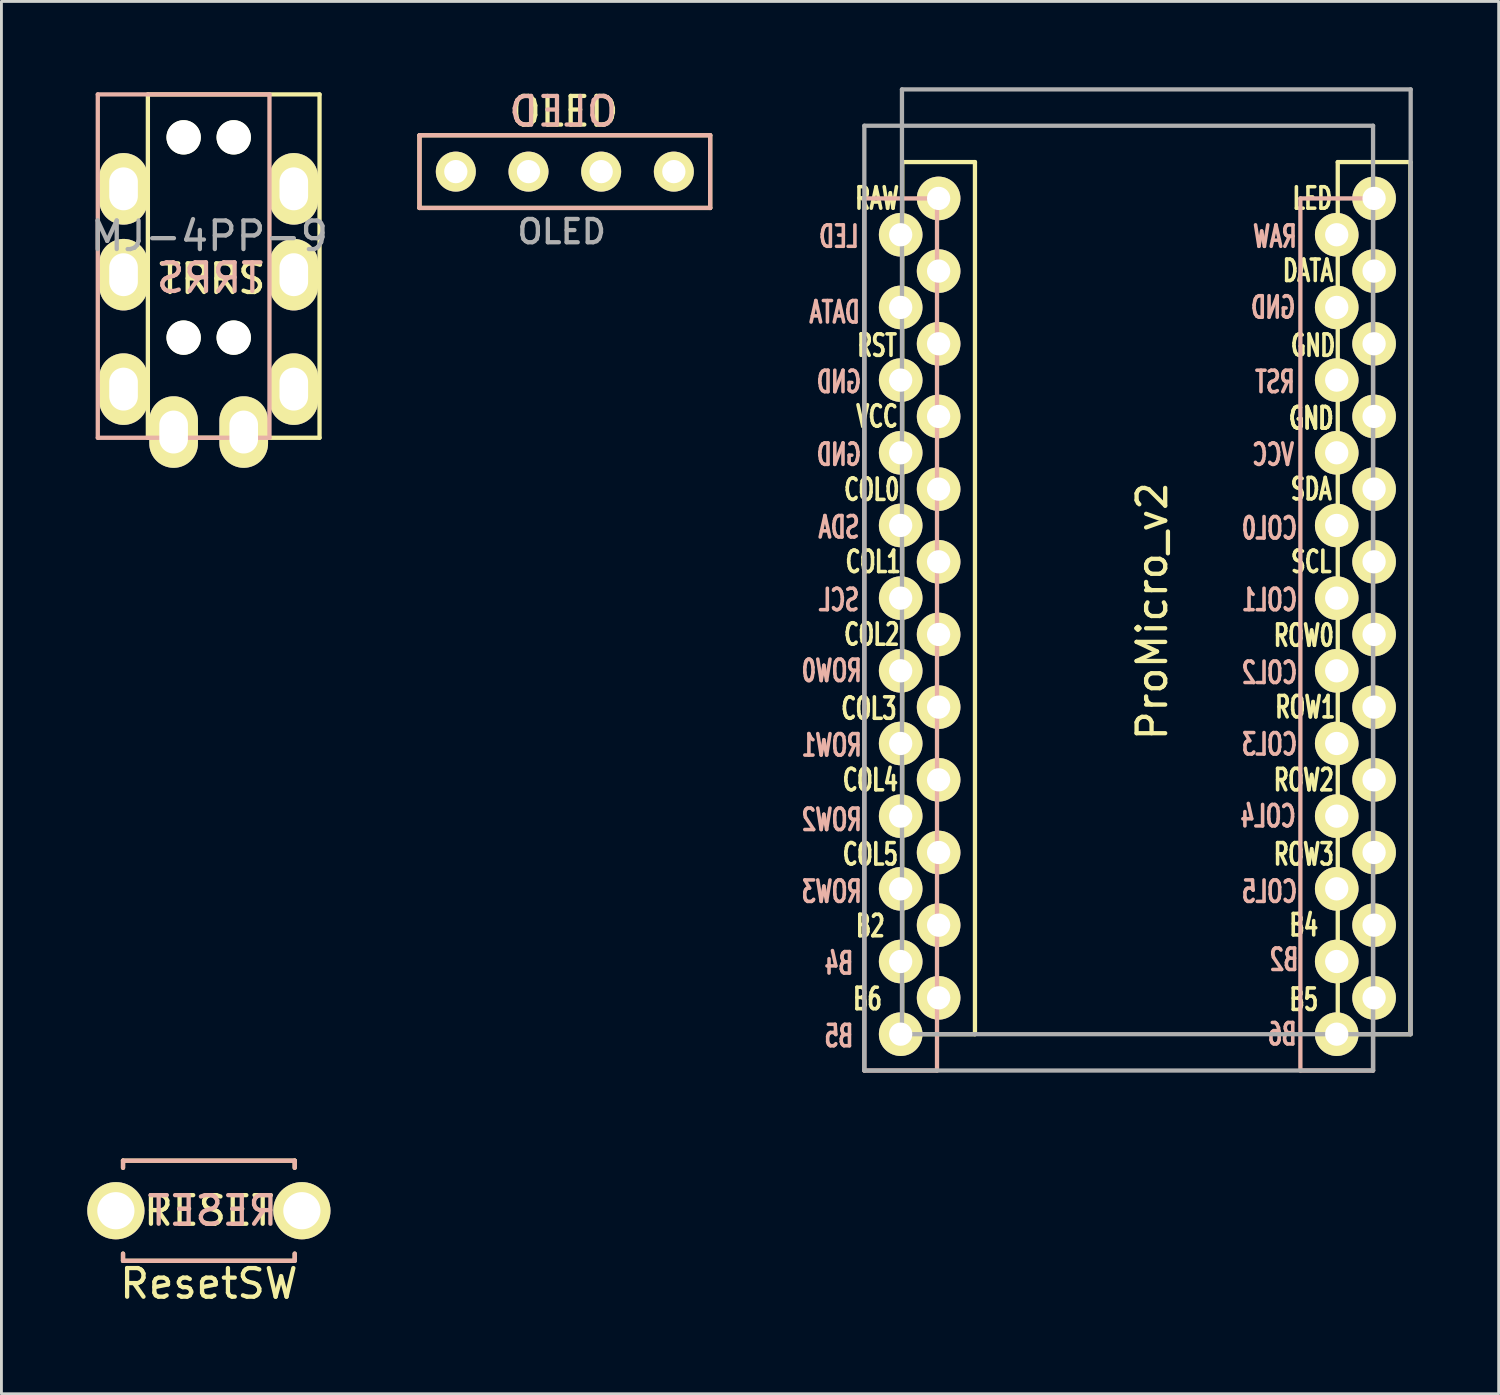
<source format=kicad_pcb>
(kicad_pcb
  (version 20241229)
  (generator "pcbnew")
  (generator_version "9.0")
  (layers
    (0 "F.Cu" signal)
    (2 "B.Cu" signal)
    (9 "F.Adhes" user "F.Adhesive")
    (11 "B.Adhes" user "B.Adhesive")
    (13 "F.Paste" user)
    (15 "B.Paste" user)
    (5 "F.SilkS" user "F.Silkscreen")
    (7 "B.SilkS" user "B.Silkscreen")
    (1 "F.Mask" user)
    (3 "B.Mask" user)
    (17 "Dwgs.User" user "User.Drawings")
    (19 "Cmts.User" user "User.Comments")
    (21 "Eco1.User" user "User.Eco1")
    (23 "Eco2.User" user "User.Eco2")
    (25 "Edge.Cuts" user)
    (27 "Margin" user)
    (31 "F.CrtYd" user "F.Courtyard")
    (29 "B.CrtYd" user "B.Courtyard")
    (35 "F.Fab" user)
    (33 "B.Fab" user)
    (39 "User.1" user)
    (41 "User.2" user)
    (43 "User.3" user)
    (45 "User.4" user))
  (footprint "ProMicro_v2"
    (layer "F.Cu")
    (at 37.319 18.363)
    (property "Reference" "ProMicro_v2" (at -0.1 -0.05 270) (layer "F.SilkS") (effects (font (size 1 1) (thickness 0.15))))
    (attr through_hole)
    (fp_line (start -8.834 -15.748) (end -6.294 -15.748) (stroke (width 0.15) (type solid)) (layer "F.SilkS"))
    (fp_line (start -8.834 14.732) (end -8.834 -15.748) (stroke (width 0.15) (type solid)) (layer "F.SilkS"))
    (fp_line (start -6.294 -15.748) (end -6.294 14.732) (stroke (width 0.15) (type solid)) (layer "F.SilkS"))
    (fp_line (start -6.294 14.732) (end -8.834 14.732) (stroke (width 0.15) (type solid)) (layer "F.SilkS"))
    (fp_line (start 6.386 -15.748) (end 8.926 -15.748) (stroke (width 0.15) (type solid)) (layer "F.SilkS"))
    (fp_line (start 6.386 14.732) (end 6.386 -15.748) (stroke (width 0.15) (type solid)) (layer "F.SilkS"))
    (fp_line (start 8.926 -15.748) (end 8.926 14.732) (stroke (width 0.15) (type solid)) (layer "F.SilkS"))
    (fp_line (start 8.926 14.732) (end 6.386 14.732) (stroke (width 0.15) (type solid)) (layer "F.SilkS"))
    (fp_line (start -10.16 -14.478) (end -7.62 -14.478) (stroke (width 0.15) (type solid)) (layer "B.SilkS"))
    (fp_line (start -10.16 16.002) (end -10.16 -14.478) (stroke (width 0.15) (type solid)) (layer "B.SilkS"))
    (fp_line (start -7.62 -14.478) (end -7.62 16.002) (stroke (width 0.15) (type solid)) (layer "B.SilkS"))
    (fp_line (start -7.62 16.002) (end -10.16 16.002) (stroke (width 0.15) (type solid)) (layer "B.SilkS"))
    (fp_line (start 5.08 -14.478) (end 7.62 -14.478) (stroke (width 0.15) (type solid)) (layer "B.SilkS"))
    (fp_line (start 5.08 16.002) (end 5.08 -14.478) (stroke (width 0.15) (type solid)) (layer "B.SilkS"))
    (fp_line (start 7.62 -14.478) (end 7.62 16.002) (stroke (width 0.15) (type solid)) (layer "B.SilkS"))
    (fp_line (start 7.62 16.002) (end 5.08 16.002) (stroke (width 0.15) (type solid)) (layer "B.SilkS"))
    (fp_line (start -10.16 -17.018) (end 7.62 -17.018) (stroke (width 0.15) (type solid)) (layer "F.Fab"))
    (fp_line (start -10.16 16.002) (end -10.16 -17.018) (stroke (width 0.15) (type solid)) (layer "F.Fab"))
    (fp_line (start -8.845 -18.288) (end 8.935 -18.288) (stroke (width 0.15) (type solid)) (layer "F.Fab"))
    (fp_line (start -8.845 14.732) (end -8.845 -18.288) (stroke (width 0.15) (type solid)) (layer "F.Fab"))
    (fp_line (start 7.62 -17.018) (end 7.62 16.002) (stroke (width 0.15) (type solid)) (layer "F.Fab"))
    (fp_line (start 7.62 16.002) (end -10.16 16.002) (stroke (width 0.15) (type solid)) (layer "F.Fab"))
    (fp_line (start 8.935 -18.288) (end 8.935 14.732) (stroke (width 0.15) (type solid)) (layer "F.Fab"))
    (fp_line (start 8.935 14.732) (end -8.845 14.732) (stroke (width 0.15) (type solid)) (layer "F.Fab"))
    (fp_text user "B2" (at -9.95 10.95 0) (layer "F.SilkS") (effects (font (size 0.75 0.5) (thickness 0.125))))
    (fp_text user "ROW3" (at 5.2 8.445 0) (layer "F.SilkS") (effects (font (size 0.75 0.5) (thickness 0.125))))
    (fp_text user "GND" (at 5.461 -6.795 0) (layer "F.SilkS") (effects (font (size 0.75 0.5) (thickness 0.125))))
    (fp_text user "RAW" (at -9.716 -14.478 0) (layer "F.SilkS") (effects (font (size 0.75 0.5) (thickness 0.125))))
    (fp_text user "ROW0" (at 5.2 0.8 0) (layer "F.SilkS") (effects (font (size 0.75 0.5) (thickness 0.125))))
    (fp_text user "COL2" (at -9.9 0.762 0) (layer "F.SilkS") (effects (font (size 0.75 0.5) (thickness 0.125))))
    (fp_text user "SDA" (at 5.461 -4.318 0) (layer "F.SilkS") (effects (font (size 0.75 0.5) (thickness 0.125))))
    (fp_text user "RST" (at -9.716 -9.335 0) (layer "F.SilkS") (effects (font (size 0.75 0.5) (thickness 0.125))))
    (fp_text user "B4" (at 5.2 10.922 0) (layer "F.SilkS") (effects (font (size 0.75 0.5) (thickness 0.125))))
    (fp_text user "COL4" (at -9.95 5.85 0) (layer "F.SilkS") (effects (font (size 0.75 0.5) (thickness 0.125))))
    (fp_text user "COL3" (at -10 3.35 0) (layer "F.SilkS") (effects (font (size 0.75 0.5) (thickness 0.125))))
    (fp_text user "ROW2" (at 5.2 5.85 0) (layer "F.SilkS") (effects (font (size 0.75 0.5) (thickness 0.125))))
    (fp_text user "SCL" (at 5.461 -1.778 0) (layer "F.SilkS") (effects (font (size 0.75 0.5) (thickness 0.125))))
    (fp_text user "DATA" (at 5.35 -11.95 0) (layer "F.SilkS") (effects (font (size 0.75 0.5) (thickness 0.125))))
    (fp_text user "COL1" (at -9.85 -1.778 0) (layer "F.SilkS") (effects (font (size 0.75 0.5) (thickness 0.125))))
    (fp_text user "COL0" (at -9.9 -4.3 0) (layer "F.SilkS") (effects (font (size 0.75 0.5) (thickness 0.125))))
    (fp_text user "B6" (at -10.05 13.5 0) (layer "F.SilkS") (effects (font (size 0.75 0.5) (thickness 0.125))))
    (fp_text user "ROW1" (at 5.25 3.302 0) (layer "F.SilkS") (effects (font (size 0.75 0.5) (thickness 0.125))))
    (fp_text user "GND" (at 5.461 -6.795 0) (layer "F.SilkS") (effects (font (size 0.75 0.5) (thickness 0.125))))
    (fp_text user "COL5" (at -9.95 8.445 0) (layer "F.SilkS") (effects (font (size 0.75 0.5) (thickness 0.125))))
    (fp_text user "LED" (at 5.5 -14.478 0) (layer "F.SilkS") (effects (font (size 0.75 0.5) (thickness 0.125))))
    (fp_text user "B5" (at 5.2 13.525 0) (layer "F.SilkS") (effects (font (size 0.75 0.5) (thickness 0.125))))
    (fp_text user "VCC" (at -9.716 -6.858 0) (layer "F.SilkS") (effects (font (size 0.75 0.5) (thickness 0.125))))
    (fp_text user "GND" (at 5.524 -9.335 0) (layer "F.SilkS") (effects (font (size 0.75 0.5) (thickness 0.125))))
    (fp_text user "COL3" (at 4 4.6 0) (layer "B.SilkS") (effects (font (size 0.75 0.5) (thickness 0.125)) (justify mirror)))
    (fp_text user "RAW" (at 4.191 -13.145 0) (layer "B.SilkS") (effects (font (size 0.75 0.5) (thickness 0.125)) (justify mirror)))
    (fp_text user "ROW0" (at -11.3 2.032 0) (layer "B.SilkS") (effects (font (size 0.75 0.5) (thickness 0.125)) (justify mirror)))
    (fp_text user "COL1" (at 4 -0.445 0) (layer "B.SilkS") (effects (font (size 0.75 0.5) (thickness 0.125)) (justify mirror)))
    (fp_text user "LED" (at -11.049 -13.145 0) (layer "B.SilkS") (effects (font (size 0.75 0.5) (thickness 0.125)) (justify mirror)))
    (fp_text user "DATA" (at -11.2 -10.5 0) (layer "B.SilkS") (effects (font (size 0.75 0.5) (thickness 0.125)) (justify mirror)))
    (fp_text user "GND" (at -11.049 -5.524 0) (layer "B.SilkS") (effects (font (size 0.75 0.5) (thickness 0.125)) (justify mirror)))
    (fp_text user "COL0" (at 4 -2.95 0) (layer "B.SilkS") (effects (font (size 0.75 0.5) (thickness 0.125)) (justify mirror)))
    (fp_text user "" (at -1.206 -16.256 0) (layer "B.SilkS") (effects (font (size 1 1) (thickness 0.15)) (justify mirror)))
    (fp_text user "B4" (at -11.049 12.255 0) (layer "B.SilkS") (effects (font (size 0.75 0.5) (thickness 0.125)) (justify mirror)))
    (fp_text user "GND" (at 4.128 -10.668 0) (layer "B.SilkS") (effects (font (size 0.75 0.5) (thickness 0.125)) (justify mirror)))
    (fp_text user "ROW1" (at -11.3 4.636 0) (layer "B.SilkS") (effects (font (size 0.75 0.5) (thickness 0.125)) (justify mirror)))
    (fp_text user "SDA" (at -11.049 -2.985 0) (layer "B.SilkS") (effects (font (size 0.75 0.5) (thickness 0.125)) (justify mirror)))
    (fp_text user "COL4" (at 3.95 7.112 0) (layer "B.SilkS") (effects (font (size 0.75 0.5) (thickness 0.125)) (justify mirror)))
    (fp_text user "B5" (at -11.049 14.796 0) (layer "B.SilkS") (effects (font (size 0.75 0.5) (thickness 0.125)) (justify mirror)))
    (fp_text user "B6" (at 4.445 14.732 0) (layer "B.SilkS") (effects (font (size 0.75 0.5) (thickness 0.125)) (justify mirror)))
    (fp_text user "ROW3" (at -11.3 9.75 0) (layer "B.SilkS") (effects (font (size 0.75 0.5) (thickness 0.125)) (justify mirror)))
    (fp_text user "" (at -1.206 -16.256 0) (layer "B.SilkS") (effects (font (size 1 1) (thickness 0.15)) (justify mirror)))
    (fp_text user "RST" (at 4.191 -8.065 0) (layer "B.SilkS") (effects (font (size 0.75 0.5) (thickness 0.125)) (justify mirror)))
    (fp_text user "COL2" (at 4 2.1 0) (layer "B.SilkS") (effects (font (size 0.75 0.5) (thickness 0.125)) (justify mirror)))
    (fp_text user "GND" (at -11.049 -8.065 0) (layer "B.SilkS") (effects (font (size 0.75 0.5) (thickness 0.125)) (justify mirror)))
    (fp_text user "SCL" (at -11.049 -0.445 0) (layer "B.SilkS") (effects (font (size 0.75 0.5) (thickness 0.125)) (justify mirror)))
    (fp_text user "ROW2" (at -11.3 7.239 0) (layer "B.SilkS") (effects (font (size 0.75 0.5) (thickness 0.125)) (justify mirror)))
    (fp_text user "B2" (at 4.508 12.129 0) (layer "B.SilkS") (effects (font (size 0.75 0.5) (thickness 0.125)) (justify mirror)))
    (fp_text user "COL5" (at 4 9.75 0) (layer "B.SilkS") (effects (font (size 0.75 0.5) (thickness 0.125)) (justify mirror)))
    (fp_text user "VCC" (at 4.128 -5.524 0) (layer "B.SilkS") (effects (font (size 0.75 0.5) (thickness 0.125)) (justify mirror)))
    (pad "1" thru_hole circle (at -8.89 -13.208) (size 1.524 1.524) (drill 0.813) (layers "*.Cu" "*.Mask" "F.SilkS"))
    (pad "1" thru_hole circle (at 7.656 -14.478) (size 1.524 1.524) (drill 0.813) (layers "*.Cu" "*.Mask" "F.SilkS"))
    (pad "2" thru_hole circle (at -8.89 -10.668) (size 1.524 1.524) (drill 0.813) (layers "*.Cu" "*.Mask" "F.SilkS"))
    (pad "2" thru_hole circle (at 7.656 -11.938) (size 1.524 1.524) (drill 0.813) (layers "*.Cu" "*.Mask" "F.SilkS"))
    (pad "3" thru_hole circle (at -8.89 -8.128) (size 1.524 1.524) (drill 0.813) (layers "*.Cu" "*.Mask" "F.SilkS"))
    (pad "3" thru_hole circle (at 7.656 -9.398) (size 1.524 1.524) (drill 0.813) (layers "*.Cu" "*.Mask" "F.SilkS"))
    (pad "4" thru_hole circle (at -8.89 -5.588) (size 1.524 1.524) (drill 0.813) (layers "*.Cu" "*.Mask" "F.SilkS"))
    (pad "4" thru_hole circle (at 7.656 -6.858) (size 1.524 1.524) (drill 0.813) (layers "*.Cu" "*.Mask" "F.SilkS"))
    (pad "5" thru_hole circle (at -8.89 -3.048) (size 1.524 1.524) (drill 0.813) (layers "*.Cu" "*.Mask" "F.SilkS"))
    (pad "5" thru_hole circle (at 7.656 -4.318) (size 1.524 1.524) (drill 0.813) (layers "*.Cu" "*.Mask" "F.SilkS"))
    (pad "6" thru_hole circle (at -8.89 -0.508) (size 1.524 1.524) (drill 0.813) (layers "*.Cu" "*.Mask" "F.SilkS"))
    (pad "6" thru_hole circle (at 7.656 -1.778) (size 1.524 1.524) (drill 0.813) (layers "*.Cu" "*.Mask" "F.SilkS"))
    (pad "7" thru_hole circle (at -8.89 2.032) (size 1.524 1.524) (drill 0.813) (layers "*.Cu" "*.Mask" "F.SilkS"))
    (pad "7" thru_hole circle (at 7.656 0.762) (size 1.524 1.524) (drill 0.813) (layers "*.Cu" "*.Mask" "F.SilkS"))
    (pad "8" thru_hole circle (at -8.89 4.572) (size 1.524 1.524) (drill 0.813) (layers "*.Cu" "*.Mask" "F.SilkS"))
    (pad "8" thru_hole circle (at 7.656 3.302) (size 1.524 1.524) (drill 0.813) (layers "*.Cu" "*.Mask" "F.SilkS"))
    (pad "9" thru_hole circle (at -8.89 7.112) (size 1.524 1.524) (drill 0.813) (layers "*.Cu" "*.Mask" "F.SilkS"))
    (pad "9" thru_hole circle (at 7.656 5.842) (size 1.524 1.524) (drill 0.813) (layers "*.Cu" "*.Mask" "F.SilkS"))
    (pad "10" thru_hole circle (at -8.89 9.652) (size 1.524 1.524) (drill 0.813) (layers "*.Cu" "*.Mask" "F.SilkS"))
    (pad "10" thru_hole circle (at 7.656 8.382) (size 1.524 1.524) (drill 0.813) (layers "*.Cu" "*.Mask" "F.SilkS"))
    (pad "11" thru_hole circle (at -8.89 12.192) (size 1.524 1.524) (drill 0.813) (layers "*.Cu" "*.Mask" "F.SilkS"))
    (pad "11" thru_hole circle (at 7.656 10.922) (size 1.524 1.524) (drill 0.813) (layers "*.Cu" "*.Mask" "F.SilkS"))
    (pad "12" thru_hole circle (at -8.89 14.732) (size 1.524 1.524) (drill 0.813) (layers "*.Cu" "*.Mask" "F.SilkS"))
    (pad "12" thru_hole circle (at 7.656 13.462) (size 1.524 1.524) (drill 0.813) (layers "*.Cu" "*.Mask" "F.SilkS"))
    (pad "13" thru_hole circle (at -7.564 13.462) (size 1.524 1.524) (drill 0.813) (layers "*.Cu" "*.Mask" "F.SilkS"))
    (pad "13" thru_hole circle (at 6.35 14.732) (size 1.524 1.524) (drill 0.813) (layers "*.Cu" "*.Mask" "F.SilkS"))
    (pad "14" thru_hole circle (at -7.564 10.922) (size 1.524 1.524) (drill 0.813) (layers "*.Cu" "*.Mask" "F.SilkS"))
    (pad "14" thru_hole circle (at 6.35 12.192) (size 1.524 1.524) (drill 0.813) (layers "*.Cu" "*.Mask" "F.SilkS"))
    (pad "15" thru_hole circle (at -7.564 8.382) (size 1.524 1.524) (drill 0.813) (layers "*.Cu" "*.Mask" "F.SilkS"))
    (pad "15" thru_hole circle (at 6.35 9.652) (size 1.524 1.524) (drill 0.813) (layers "*.Cu" "*.Mask" "F.SilkS"))
    (pad "16" thru_hole circle (at -7.564 5.842) (size 1.524 1.524) (drill 0.813) (layers "*.Cu" "*.Mask" "F.SilkS"))
    (pad "16" thru_hole circle (at 6.35 7.112) (size 1.524 1.524) (drill 0.813) (layers "*.Cu" "*.Mask" "F.SilkS"))
    (pad "17" thru_hole circle (at -7.564 3.302) (size 1.524 1.524) (drill 0.813) (layers "*.Cu" "*.Mask" "F.SilkS"))
    (pad "17" thru_hole circle (at 6.35 4.572) (size 1.524 1.524) (drill 0.813) (layers "*.Cu" "*.Mask" "F.SilkS"))
    (pad "18" thru_hole circle (at -7.564 0.762) (size 1.524 1.524) (drill 0.813) (layers "*.Cu" "*.Mask" "F.SilkS"))
    (pad "18" thru_hole circle (at 6.35 2.032) (size 1.524 1.524) (drill 0.813) (layers "*.Cu" "*.Mask" "F.SilkS"))
    (pad "19" thru_hole circle (at -7.564 -1.778) (size 1.524 1.524) (drill 0.813) (layers "*.Cu" "*.Mask" "F.SilkS"))
    (pad "19" thru_hole circle (at 6.35 -0.508) (size 1.524 1.524) (drill 0.813) (layers "*.Cu" "*.Mask" "F.SilkS"))
    (pad "20" thru_hole circle (at -7.564 -4.318) (size 1.524 1.524) (drill 0.813) (layers "*.Cu" "*.Mask" "F.SilkS"))
    (pad "20" thru_hole circle (at 6.35 -3.048) (size 1.524 1.524) (drill 0.813) (layers "*.Cu" "*.Mask" "F.SilkS"))
    (pad "21" thru_hole circle (at -7.564 -6.858) (size 1.524 1.524) (drill 0.813) (layers "*.Cu" "*.Mask" "F.SilkS"))
    (pad "21" thru_hole circle (at 6.35 -5.588) (size 1.524 1.524) (drill 0.813) (layers "*.Cu" "*.Mask" "F.SilkS"))
    (pad "22" thru_hole circle (at -7.564 -9.398) (size 1.524 1.524) (drill 0.813) (layers "*.Cu" "*.Mask" "F.SilkS"))
    (pad "22" thru_hole circle (at 6.35 -8.128) (size 1.524 1.524) (drill 0.813) (layers "*.Cu" "*.Mask" "F.SilkS"))
    (pad "23" thru_hole circle (at -7.564 -11.938) (size 1.524 1.524) (drill 0.813) (layers "*.Cu" "*.Mask" "F.SilkS"))
    (pad "23" thru_hole circle (at 6.35 -10.668) (size 1.524 1.524) (drill 0.813) (layers "*.Cu" "*.Mask" "F.SilkS"))
    (pad "24" thru_hole circle (at -7.564 -14.478) (size 1.524 1.524) (drill 0.813) (layers "*.Cu" "*.Mask" "F.SilkS"))
    (pad "24" thru_hole circle (at 6.35 -13.208) (size 1.524 1.524) (drill 0.813) (layers "*.Cu" "*.Mask" "F.SilkS")))
  (footprint "OLED"
    (layer "F.Cu")
    (at 12.881 2.948)
    (property "Reference" "OLED" (at 3.7 2.1 180) (layer "F.Fab") (effects (font (size 0.813 0.813) (thickness 0.15))))
    (attr through_hole)
    (fp_line (start -1.27 -1.27) (end 8.89 -1.27) (stroke (width 0.15) (type solid)) (layer "F.SilkS"))
    (fp_line (start -1.27 1.27) (end -1.27 -1.27) (stroke (width 0.15) (type solid)) (layer "F.SilkS"))
    (fp_line (start -1.27 1.27) (end 8.89 1.27) (stroke (width 0.15) (type solid)) (layer "F.SilkS"))
    (fp_line (start 8.89 -1.27) (end 8.89 1.27) (stroke (width 0.15) (type solid)) (layer "F.SilkS"))
    (fp_line (start -1.27 -1.27) (end 8.89 -1.27) (stroke (width 0.15) (type solid)) (layer "B.SilkS"))
    (fp_line (start -1.27 1.27) (end -1.27 -1.27) (stroke (width 0.15) (type solid)) (layer "B.SilkS"))
    (fp_line (start 8.89 -1.27) (end 8.89 1.27) (stroke (width 0.15) (type solid)) (layer "B.SilkS"))
    (fp_line (start 8.89 1.27) (end -1.27 1.27) (stroke (width 0.15) (type solid)) (layer "B.SilkS"))
    (fp_text user "OLED" (at 3.8 -2.1 0) (layer "F.SilkS") (effects (font (size 1 1) (thickness 0.15))))
    (fp_text user "OLED" (at 3.75 -2.1 0) (layer "B.SilkS") (effects (font (size 1 1) (thickness 0.15)) (justify mirror)))
    (pad "1" thru_hole circle (at 0 0) (size 1.397 1.397) (drill 0.813) (layers "*.Cu" "*.Mask" "F.SilkS"))
    (pad "2" thru_hole circle (at 2.54 0) (size 1.397 1.397) (drill 0.813) (layers "*.Cu" "*.Mask" "F.SilkS"))
    (pad "3" thru_hole circle (at 5.08 0) (size 1.397 1.397) (drill 0.813) (layers "*.Cu" "*.Mask" "F.SilkS"))
    (pad "4" thru_hole circle (at 7.62 0) (size 1.397 1.397) (drill 0.813) (layers "*.Cu" "*.Mask" "F.SilkS")))
  (footprint "MJ-4PP-9"
    (layer "F.Cu")
    (at 5.118 0.25)
    (property "Reference" "MJ-4PP-9" (at -0.85 4.95 180) (layer "F.Fab") (effects (font (size 1 1) (thickness 0.15))))
    (attr through_hole)
    (fp_line (start -3 0) (end 3 0) (stroke (width 0.15) (type solid)) (layer "F.SilkS"))
    (fp_line (start -3 12) (end -3 0) (stroke (width 0.15) (type solid)) (layer "F.SilkS"))
    (fp_line (start 3 0) (end 3 12) (stroke (width 0.15) (type solid)) (layer "F.SilkS"))
    (fp_line (start 3 12) (end -3 12) (stroke (width 0.15) (type solid)) (layer "F.SilkS"))
    (fp_line (start -4.75 0) (end 1.25 0) (stroke (width 0.15) (type solid)) (layer "B.SilkS"))
    (fp_line (start -4.75 12) (end -4.75 0) (stroke (width 0.15) (type solid)) (layer "B.SilkS"))
    (fp_line (start 1.25 0) (end 1.25 12) (stroke (width 0.15) (type solid)) (layer "B.SilkS"))
    (fp_line (start 1.25 12) (end -4.75 12) (stroke (width 0.15) (type solid)) (layer "B.SilkS"))
    (fp_text user "TRRS" (at -0.75 6.45 180) (layer "F.SilkS") (effects (font (size 1 1) (thickness 0.15))))
    (fp_text user "TRRS" (at -0.826 6.413 180) (layer "B.SilkS") (effects (font (size 1 1) (thickness 0.15)) (justify mirror)))
    (pad "" np_thru_hole circle (at -1.75 1.5) (size 1.2 1.2) (drill 1.2) (layers "*.Cu" "*.Mask" "F.SilkS"))
    (pad "" np_thru_hole circle (at -1.75 8.5) (size 1.2 1.2) (drill 1.2) (layers "*.Cu" "*.Mask" "F.SilkS"))
    (pad "" np_thru_hole circle (at 0 1.5) (size 1.2 1.2) (drill 1.2) (layers "*.Cu" "*.Mask" "F.SilkS"))
    (pad "" np_thru_hole circle (at 0 8.5) (size 1.2 1.2) (drill 1.2) (layers "*.Cu" "*.Mask" "F.SilkS"))
    (pad "A" thru_hole oval (at -2.1 11.8) (size 1.7 2.5) (drill oval 1 1.5) (layers "*.Cu" "*.Mask" "F.SilkS"))
    (pad "A" thru_hole oval (at 0.35 11.8) (size 1.7 2.5) (drill oval 1 1.5) (layers "*.Cu" "*.Mask" "F.SilkS"))
    (pad "B" thru_hole oval (at -3.85 3.3) (size 1.7 2.5) (drill oval 1 1.5) (layers "*.Cu" "*.Mask" "F.SilkS"))
    (pad "B" thru_hole oval (at 2.1 3.3) (size 1.7 2.5) (drill oval 1 1.5) (layers "*.Cu" "*.Mask" "F.SilkS"))
    (pad "C" thru_hole oval (at -3.85 6.3) (size 1.7 2.5) (drill oval 1 1.5) (layers "*.Cu" "*.Mask" "F.SilkS"))
    (pad "C" thru_hole oval (at 2.1 6.3) (size 1.7 2.5) (drill oval 1 1.5) (layers "*.Cu" "*.Mask" "F.SilkS"))
    (pad "D" thru_hole oval (at -3.85 10.3) (size 1.7 2.5) (drill oval 1 1.5) (layers "*.Cu" "*.Mask" "F.SilkS"))
    (pad "D" thru_hole oval (at 2.1 10.3) (size 1.7 2.5) (drill oval 1 1.5) (layers "*.Cu" "*.Mask" "F.SilkS")))
  (footprint "ResetSW"
    (layer "F.Cu")
    (at 4.25 39.265)
    (property "Reference" "ResetSW" (at 0 2.55 180) (layer "F.SilkS") (effects (font (size 1 1) (thickness 0.15))))
    (attr through_hole)
    (fp_line (start -3 -1.75) (end -3 -1.5) (stroke (width 0.15) (type solid)) (layer "F.SilkS"))
    (fp_line (start -3 -1.75) (end 3 -1.75) (stroke (width 0.15) (type solid)) (layer "F.SilkS"))
    (fp_line (start -3 1.75) (end -3 1.5) (stroke (width 0.15) (type solid)) (layer "F.SilkS"))
    (fp_line (start -3 1.75) (end 3 1.75) (stroke (width 0.15) (type solid)) (layer "F.SilkS"))
    (fp_line (start 3 -1.75) (end 3 -1.5) (stroke (width 0.15) (type solid)) (layer "F.SilkS"))
    (fp_line (start 3 1.75) (end 3 1.5) (stroke (width 0.15) (type solid)) (layer "F.SilkS"))
    (fp_line (start -3 -1.75) (end 3 -1.75) (stroke (width 0.15) (type solid)) (layer "B.SilkS"))
    (fp_line (start -3 -1.5) (end -3 -1.75) (stroke (width 0.15) (type solid)) (layer "B.SilkS"))
    (fp_line (start -3 1.75) (end -3 1.5) (stroke (width 0.15) (type solid)) (layer "B.SilkS"))
    (fp_line (start 3 -1.75) (end 3 -1.5) (stroke (width 0.15) (type solid)) (layer "B.SilkS"))
    (fp_line (start 3 1.5) (end 3 1.75) (stroke (width 0.15) (type solid)) (layer "B.SilkS"))
    (fp_line (start 3 1.75) (end -3 1.75) (stroke (width 0.15) (type solid)) (layer "B.SilkS"))
    (fp_text user "RESET" (at 0 0 180) (layer "F.SilkS") (effects (font (size 1 1) (thickness 0.15))))
    (fp_text user "RESET" (at 0.127 0 180) (layer "B.SilkS") (effects (font (size 1 1) (thickness 0.15)) (justify mirror)))
    (pad "1" thru_hole circle (at 3.25 0) (size 2 2) (drill 1.3) (layers "*.Cu" "*.Mask" "F.SilkS"))
    (pad "2" thru_hole circle (at -3.25 0) (size 2 2) (drill 1.3) (layers "*.Cu" "*.Mask" "F.SilkS")))
  (gr_rect
    (start -3 -3)
    (end 49.329 45.663)
    (stroke (width 0.1) (type default))
    (fill no)
    (layer "Edge.Cuts")))
</source>
